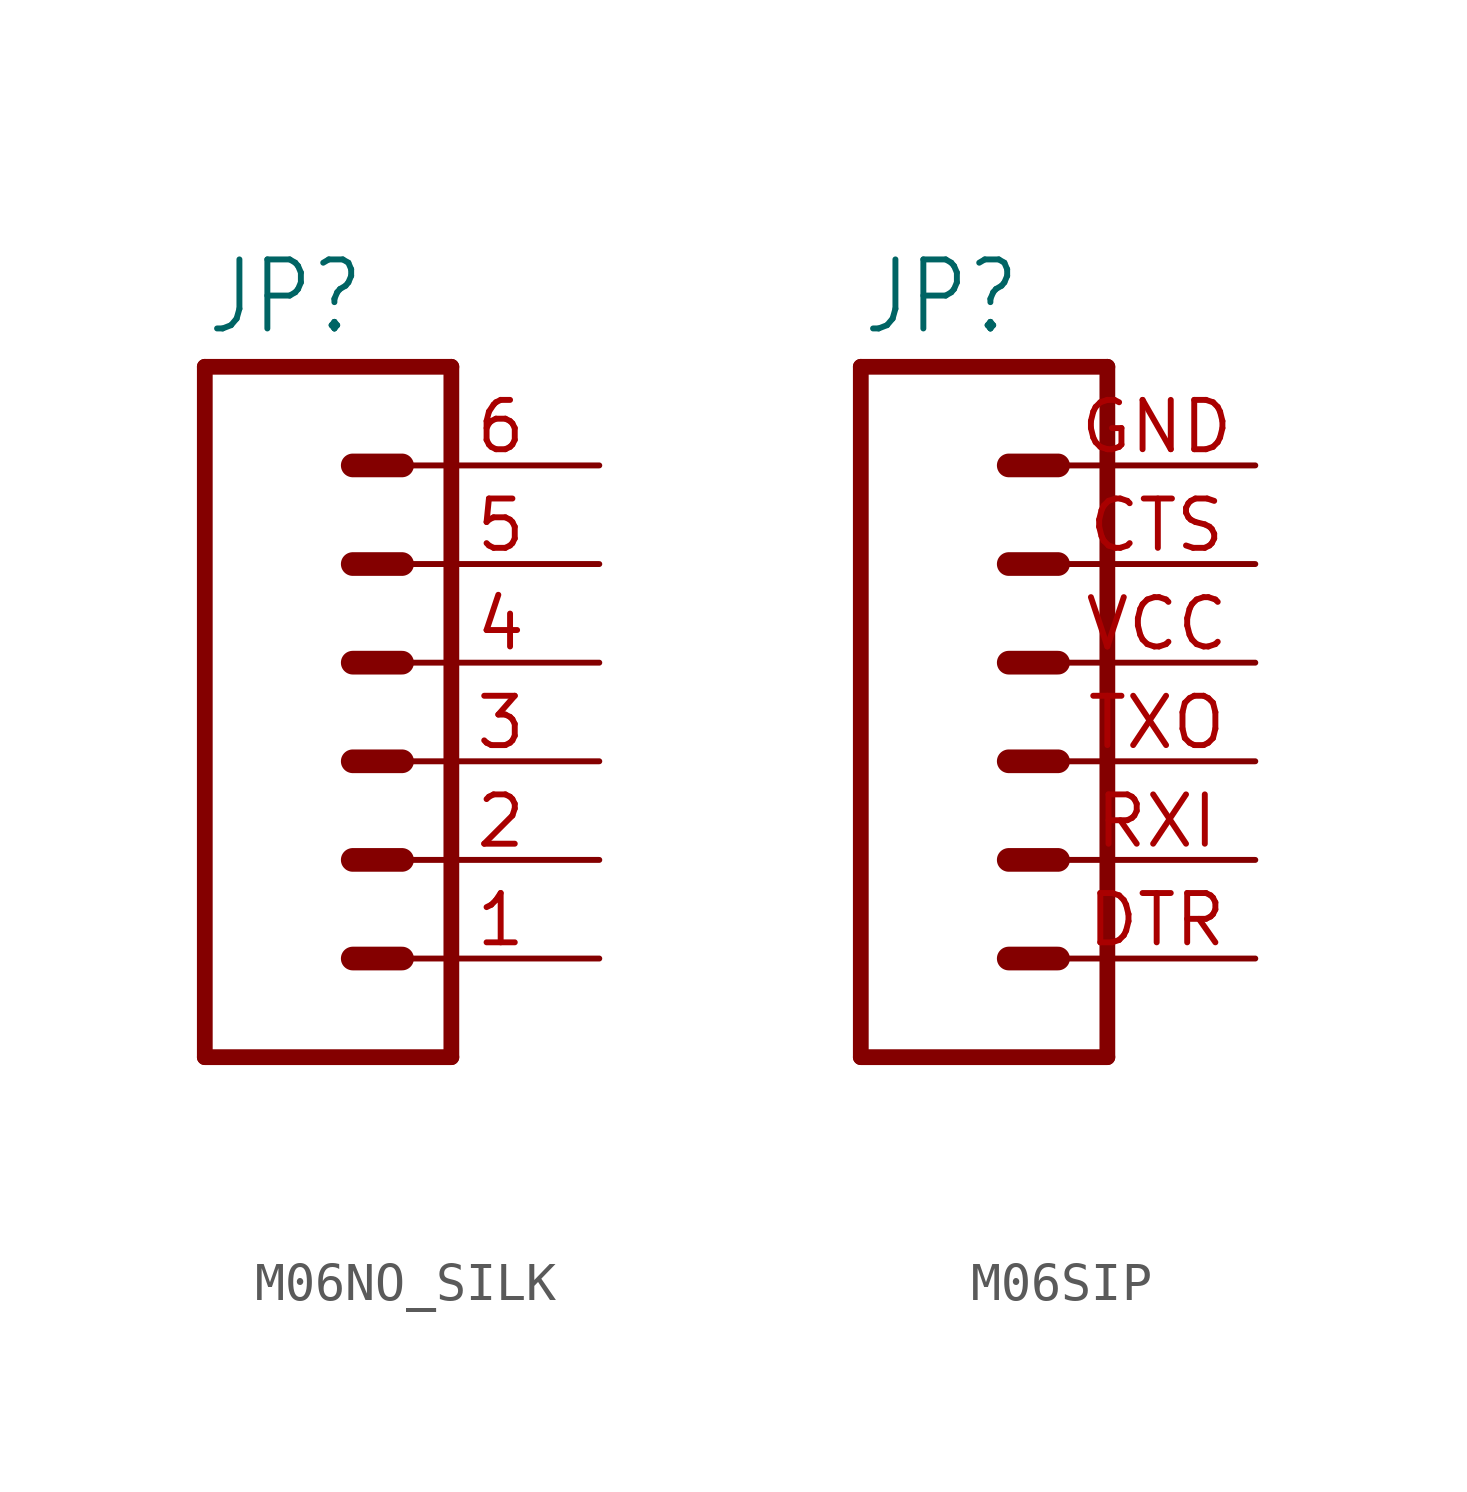
<source format=kicad_sym>
(kicad_symbol_lib
  (version 20231120)
  (generator "kicad_symbol_editor")
  (generator_version "8.0")
  (symbol "M06NO_SILK"
    (property "Reference" "JP"
      (at -5.08 10.922 0)
      (effects (font (size 1.778 1.511)) (justify left bottom)))
    (property "Value" ""
      (at -5.08 -10.16 0)
      (effects (font (size 1.778 1.511)) (justify left bottom)))
    (property "ki_locked" ""
      (at 0 0 0)
      (effects (font (size 1.27 1.27))))
    (symbol "M06NO_SILK_1_0"
      (polyline (pts (xy -5.08 10.16) (xy -5.08 -7.62)) (stroke (width 0.406) (type solid)) (fill (type none)))
      (polyline (pts (xy -5.08 10.16) (xy 1.27 10.16)) (stroke (width 0.406) (type solid)) (fill (type none)))
      (polyline (pts (xy -1.27 -5.08) (xy 0 -5.08)) (stroke (width 0.61) (type solid)) (fill (type none)))
      (polyline (pts (xy -1.27 -2.54) (xy 0 -2.54)) (stroke (width 0.61) (type solid)) (fill (type none)))
      (polyline (pts (xy -1.27 0) (xy 0 0)) (stroke (width 0.61) (type solid)) (fill (type none)))
      (polyline (pts (xy -1.27 2.54) (xy 0 2.54)) (stroke (width 0.61) (type solid)) (fill (type none)))
      (polyline (pts (xy -1.27 5.08) (xy 0 5.08)) (stroke (width 0.61) (type solid)) (fill (type none)))
      (polyline (pts (xy -1.27 7.62) (xy 0 7.62)) (stroke (width 0.61) (type solid)) (fill (type none)))
      (polyline (pts (xy 1.27 -7.62) (xy -5.08 -7.62)) (stroke (width 0.406) (type solid)) (fill (type none)))
      (polyline (pts (xy 1.27 -7.62) (xy 1.27 10.16)) (stroke (width 0.406) (type solid)) (fill (type none)))
      (pin passive line (at 5.08 -5.08 180) (length 5.08) (name "1" (effects (font (size 0 0)))) (number "1" (effects (font (size 1.27 1.27)))))
      (pin passive line (at 5.08 -2.54 180) (length 5.08) (name "2" (effects (font (size 0 0)))) (number "2" (effects (font (size 1.27 1.27)))))
      (pin passive line (at 5.08 0 180) (length 5.08) (name "3" (effects (font (size 0 0)))) (number "3" (effects (font (size 1.27 1.27)))))
      (pin passive line (at 5.08 2.54 180) (length 5.08) (name "4" (effects (font (size 0 0)))) (number "4" (effects (font (size 1.27 1.27)))))
      (pin passive line (at 5.08 5.08 180) (length 5.08) (name "5" (effects (font (size 0 0)))) (number "5" (effects (font (size 1.27 1.27)))))
      (pin passive line (at 5.08 7.62 180) (length 5.08) (name "6" (effects (font (size 0 0)))) (number "6" (effects (font (size 1.27 1.27)))))))
  (symbol "M06SIP"
    (property "Reference" "JP"
      (at -5.08 10.922 0)
      (effects (font (size 1.778 1.511)) (justify left bottom)))
    (property "Value" ""
      (at -5.08 -10.16 0)
      (effects (font (size 1.778 1.511)) (justify left bottom)))
    (property "ki_locked" ""
      (at 0 0 0)
      (effects (font (size 1.27 1.27))))
    (symbol "M06SIP_1_0"
      (polyline (pts (xy -5.08 10.16) (xy -5.08 -7.62)) (stroke (width 0.406) (type solid)) (fill (type none)))
      (polyline (pts (xy -5.08 10.16) (xy 1.27 10.16)) (stroke (width 0.406) (type solid)) (fill (type none)))
      (polyline (pts (xy -1.27 -5.08) (xy 0 -5.08)) (stroke (width 0.61) (type solid)) (fill (type none)))
      (polyline (pts (xy -1.27 -2.54) (xy 0 -2.54)) (stroke (width 0.61) (type solid)) (fill (type none)))
      (polyline (pts (xy -1.27 0) (xy 0 0)) (stroke (width 0.61) (type solid)) (fill (type none)))
      (polyline (pts (xy -1.27 2.54) (xy 0 2.54)) (stroke (width 0.61) (type solid)) (fill (type none)))
      (polyline (pts (xy -1.27 5.08) (xy 0 5.08)) (stroke (width 0.61) (type solid)) (fill (type none)))
      (polyline (pts (xy -1.27 7.62) (xy 0 7.62)) (stroke (width 0.61) (type solid)) (fill (type none)))
      (polyline (pts (xy 1.27 -7.62) (xy -5.08 -7.62)) (stroke (width 0.406) (type solid)) (fill (type none)))
      (polyline (pts (xy 1.27 -7.62) (xy 1.27 10.16)) (stroke (width 0.406) (type solid)) (fill (type none)))
      (pin passive line (at 5.08 5.08 180) (length 5.08) (name "5" (effects (font (size 0 0)))) (number "CTS" (effects (font (size 1.27 1.27)))))
      (pin passive line (at 5.08 -5.08 180) (length 5.08) (name "1" (effects (font (size 0 0)))) (number "DTR" (effects (font (size 1.27 1.27)))))
      (pin passive line (at 5.08 7.62 180) (length 5.08) (name "6" (effects (font (size 0 0)))) (number "GND" (effects (font (size 1.27 1.27)))))
      (pin passive line (at 5.08 -2.54 180) (length 5.08) (name "2" (effects (font (size 0 0)))) (number "RXI" (effects (font (size 1.27 1.27)))))
      (pin passive line (at 5.08 0 180) (length 5.08) (name "3" (effects (font (size 0 0)))) (number "TXO" (effects (font (size 1.27 1.27)))))
      (pin passive line (at 5.08 2.54 180) (length 5.08) (name "4" (effects (font (size 0 0)))) (number "VCC" (effects (font (size 1.27 1.27))))))))
</source>
